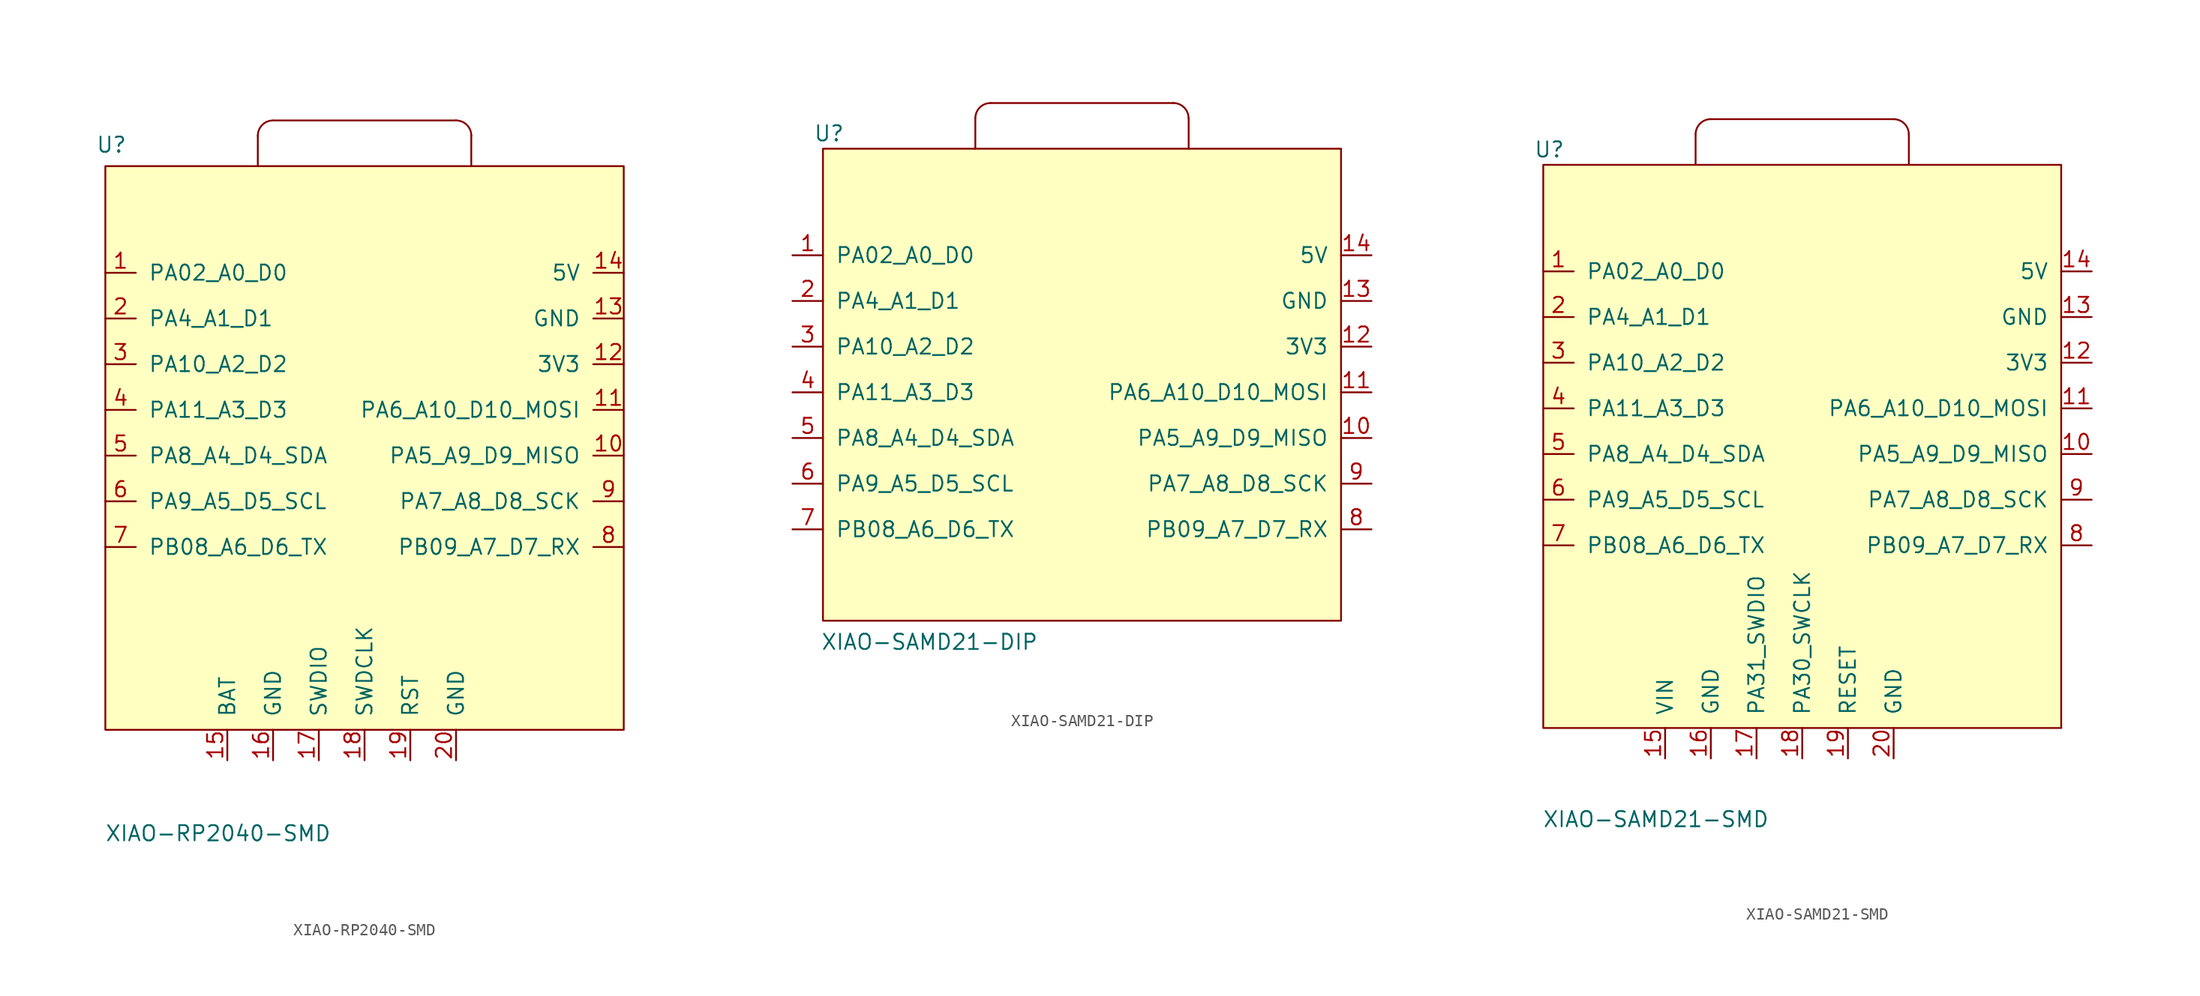
<source format=kicad_sym>
(kicad_symbol_lib
  (version 20231120)
  (generator "kicad_symbol_editor")
  (generator_version "8.0")
  (symbol "XIAO-RP2040-SMD"
    (pin_names
      (offset 1.016))
    (property "Reference" "U"
      (at -21.082 22.098 0)
      (effects (font (size 1.27 1.27))))
    (property "Value" "XIAO-RP2040-SMD"
      (at -12.192 -35.306 0)
      (effects (font (size 1.27 1.27))))
    (symbol "XIAO-RP2040-SMD_1_1"
      (rectangle (start -21.59 20.32) (end 21.59 -26.67) (stroke (width 0) (type default)) (fill (type background)))
      (arc (start -7.62 24.13) (mid -8.518 23.758) (end -8.89 22.86) (stroke (width 0) (type default)) (fill (type none)))
      (polyline (pts (xy -8.89 22.86) (xy -8.89 20.32)) (stroke (width 0) (type default)) (fill (type none)))
      (polyline (pts (xy -7.62 24.13) (xy 7.62 24.13)) (stroke (width 0) (type default)) (fill (type none)))
      (polyline (pts (xy 8.89 22.86) (xy 8.89 20.32)) (stroke (width 0) (type default)) (fill (type none)))
      (arc (start 7.62 24.13) (mid 7.62 24.13) (end 7.62 24.13) (stroke (width 0) (type default)) (fill (type none)))
      (arc (start 8.89 22.86) (mid 8.518 23.758) (end 7.62 24.13) (stroke (width 0) (type default)) (fill (type none)))
      (arc (start 8.89 22.86) (mid 8.89 22.86) (end 8.89 22.86) (stroke (width 0) (type default)) (fill (type none)))
      (pin passive line (at -21.59 11.43 0) (length 2.54) (name "PA02_A0_D0" (effects (font (size 1.27 1.27)))) (number "1" (effects (font (size 1.27 1.27)))))
      (pin passive line (at 21.59 -3.81 180) (length 2.54) (name "PA5_A9_D9_MISO" (effects (font (size 1.27 1.27)))) (number "10" (effects (font (size 1.27 1.27)))))
      (pin passive line (at 21.59 0 180) (length 2.54) (name "PA6_A10_D10_MOSI" (effects (font (size 1.27 1.27)))) (number "11" (effects (font (size 1.27 1.27)))))
      (pin passive line (at 21.59 3.81 180) (length 2.54) (name "3V3" (effects (font (size 1.27 1.27)))) (number "12" (effects (font (size 1.27 1.27)))))
      (pin passive line (at 21.59 7.62 180) (length 2.54) (name "GND" (effects (font (size 1.27 1.27)))) (number "13" (effects (font (size 1.27 1.27)))))
      (pin passive line (at 21.59 11.43 180) (length 2.54) (name "5V" (effects (font (size 1.27 1.27)))) (number "14" (effects (font (size 1.27 1.27)))))
      (pin passive line (at -11.43 -29.21 90) (length 2.54) (name "BAT" (effects (font (size 1.27 1.27)))) (number "15" (effects (font (size 1.27 1.27)))))
      (pin passive line (at -7.62 -29.21 90) (length 2.54) (name "GND" (effects (font (size 1.27 1.27)))) (number "16" (effects (font (size 1.27 1.27)))))
      (pin passive line (at -3.81 -29.21 90) (length 2.54) (name "SWDIO" (effects (font (size 1.27 1.27)))) (number "17" (effects (font (size 1.27 1.27)))))
      (pin passive line (at 0 -29.21 90) (length 2.54) (name "SWDCLK" (effects (font (size 1.27 1.27)))) (number "18" (effects (font (size 1.27 1.27)))))
      (pin passive line (at 3.81 -29.21 90) (length 2.54) (name "RST" (effects (font (size 1.27 1.27)))) (number "19" (effects (font (size 1.27 1.27)))))
      (pin passive line (at -21.59 7.62 0) (length 2.54) (name "PA4_A1_D1" (effects (font (size 1.27 1.27)))) (number "2" (effects (font (size 1.27 1.27)))))
      (pin passive line (at 7.62 -29.21 90) (length 2.54) (name "GND" (effects (font (size 1.27 1.27)))) (number "20" (effects (font (size 1.27 1.27)))))
      (pin passive line (at -21.59 3.81 0) (length 2.54) (name "PA10_A2_D2" (effects (font (size 1.27 1.27)))) (number "3" (effects (font (size 1.27 1.27)))))
      (pin passive line (at -21.59 0 0) (length 2.54) (name "PA11_A3_D3" (effects (font (size 1.27 1.27)))) (number "4" (effects (font (size 1.27 1.27)))))
      (pin passive line (at -21.59 -3.81 0) (length 2.54) (name "PA8_A4_D4_SDA" (effects (font (size 1.27 1.27)))) (number "5" (effects (font (size 1.27 1.27)))))
      (pin passive line (at -21.59 -7.62 0) (length 2.54) (name "PA9_A5_D5_SCL" (effects (font (size 1.27 1.27)))) (number "6" (effects (font (size 1.27 1.27)))))
      (pin passive line (at -21.59 -11.43 0) (length 2.54) (name "PB08_A6_D6_TX" (effects (font (size 1.27 1.27)))) (number "7" (effects (font (size 1.27 1.27)))))
      (pin passive line (at 21.59 -11.43 180) (length 2.54) (name "PB09_A7_D7_RX" (effects (font (size 1.27 1.27)))) (number "8" (effects (font (size 1.27 1.27)))))
      (pin passive line (at 21.59 -7.62 180) (length 2.54) (name "PA7_A8_D8_SCK" (effects (font (size 1.27 1.27)))) (number "9" (effects (font (size 1.27 1.27)))))))
  (symbol "XIAO-SAMD21-DIP"
    (pin_names
      (offset 1.016))
    (property "Reference" "U"
      (at -21.082 21.59 0)
      (effects (font (size 1.27 1.27))))
    (property "Value" "XIAO-SAMD21-DIP"
      (at -12.7 -20.828 0)
      (effects (font (size 1.27 1.27))))
    (symbol "XIAO-SAMD21-DIP_1_1"
      (rectangle (start -21.59 20.32) (end 21.59 -19.05) (stroke (width 0) (type default)) (fill (type background)))
      (arc (start -7.62 24.13) (mid -8.518 23.758) (end -8.89 22.86) (stroke (width 0) (type default)) (fill (type none)))
      (polyline (pts (xy -8.89 22.86) (xy -8.89 20.32)) (stroke (width 0) (type default)) (fill (type none)))
      (polyline (pts (xy -7.62 24.13) (xy 7.62 24.13)) (stroke (width 0) (type default)) (fill (type none)))
      (polyline (pts (xy 8.89 22.86) (xy 8.89 20.32)) (stroke (width 0) (type default)) (fill (type none)))
      (arc (start 7.62 24.13) (mid 7.62 24.13) (end 7.62 24.13) (stroke (width 0) (type default)) (fill (type none)))
      (arc (start 8.89 22.86) (mid 8.518 23.758) (end 7.62 24.13) (stroke (width 0) (type default)) (fill (type none)))
      (arc (start 8.89 22.86) (mid 8.89 22.86) (end 8.89 22.86) (stroke (width 0) (type default)) (fill (type none)))
      (pin passive line (at -24.13 11.43 0) (length 2.54) (name "PA02_A0_D0" (effects (font (size 1.27 1.27)))) (number "1" (effects (font (size 1.27 1.27)))))
      (pin passive line (at 24.13 -3.81 180) (length 2.54) (name "PA5_A9_D9_MISO" (effects (font (size 1.27 1.27)))) (number "10" (effects (font (size 1.27 1.27)))))
      (pin passive line (at 24.13 0 180) (length 2.54) (name "PA6_A10_D10_MOSI" (effects (font (size 1.27 1.27)))) (number "11" (effects (font (size 1.27 1.27)))))
      (pin passive line (at 24.13 3.81 180) (length 2.54) (name "3V3" (effects (font (size 1.27 1.27)))) (number "12" (effects (font (size 1.27 1.27)))))
      (pin passive line (at 24.13 7.62 180) (length 2.54) (name "GND" (effects (font (size 1.27 1.27)))) (number "13" (effects (font (size 1.27 1.27)))))
      (pin passive line (at 24.13 11.43 180) (length 2.54) (name "5V" (effects (font (size 1.27 1.27)))) (number "14" (effects (font (size 1.27 1.27)))))
      (pin passive line (at -24.13 7.62 0) (length 2.54) (name "PA4_A1_D1" (effects (font (size 1.27 1.27)))) (number "2" (effects (font (size 1.27 1.27)))))
      (pin passive line (at -24.13 3.81 0) (length 2.54) (name "PA10_A2_D2" (effects (font (size 1.27 1.27)))) (number "3" (effects (font (size 1.27 1.27)))))
      (pin passive line (at -24.13 0 0) (length 2.54) (name "PA11_A3_D3" (effects (font (size 1.27 1.27)))) (number "4" (effects (font (size 1.27 1.27)))))
      (pin passive line (at -24.13 -3.81 0) (length 2.54) (name "PA8_A4_D4_SDA" (effects (font (size 1.27 1.27)))) (number "5" (effects (font (size 1.27 1.27)))))
      (pin passive line (at -24.13 -7.62 0) (length 2.54) (name "PA9_A5_D5_SCL" (effects (font (size 1.27 1.27)))) (number "6" (effects (font (size 1.27 1.27)))))
      (pin passive line (at -24.13 -11.43 0) (length 2.54) (name "PB08_A6_D6_TX" (effects (font (size 1.27 1.27)))) (number "7" (effects (font (size 1.27 1.27)))))
      (pin passive line (at 24.13 -11.43 180) (length 2.54) (name "PB09_A7_D7_RX" (effects (font (size 1.27 1.27)))) (number "8" (effects (font (size 1.27 1.27)))))
      (pin passive line (at 24.13 -7.62 180) (length 2.54) (name "PA7_A8_D8_SCK" (effects (font (size 1.27 1.27)))) (number "9" (effects (font (size 1.27 1.27)))))))
  (symbol "XIAO-SAMD21-SMD"
    (pin_names
      (offset 1.016))
    (property "Reference" "U"
      (at -21.082 21.59 0)
      (effects (font (size 1.27 1.27))))
    (property "Value" "XIAO-SAMD21-SMD"
      (at -12.192 -34.29 0)
      (effects (font (size 1.27 1.27))))
    (symbol "XIAO-SAMD21-SMD_1_1"
      (rectangle (start -21.59 20.32) (end 21.59 -26.67) (stroke (width 0) (type default)) (fill (type background)))
      (arc (start -7.62 24.13) (mid -8.518 23.758) (end -8.89 22.86) (stroke (width 0) (type default)) (fill (type none)))
      (polyline (pts (xy -8.89 22.86) (xy -8.89 20.32)) (stroke (width 0) (type default)) (fill (type none)))
      (polyline (pts (xy -7.62 24.13) (xy 7.62 24.13)) (stroke (width 0) (type default)) (fill (type none)))
      (polyline (pts (xy 8.89 22.86) (xy 8.89 20.32)) (stroke (width 0) (type default)) (fill (type none)))
      (arc (start 7.62 24.13) (mid 7.62 24.13) (end 7.62 24.13) (stroke (width 0) (type default)) (fill (type none)))
      (arc (start 8.89 22.86) (mid 8.518 23.758) (end 7.62 24.13) (stroke (width 0) (type default)) (fill (type none)))
      (arc (start 8.89 22.86) (mid 8.89 22.86) (end 8.89 22.86) (stroke (width 0) (type default)) (fill (type none)))
      (pin passive line (at -21.59 11.43 0) (length 2.54) (name "PA02_A0_D0" (effects (font (size 1.27 1.27)))) (number "1" (effects (font (size 1.27 1.27)))))
      (pin passive line (at 24.13 -3.81 180) (length 2.54) (name "PA5_A9_D9_MISO" (effects (font (size 1.27 1.27)))) (number "10" (effects (font (size 1.27 1.27)))))
      (pin passive line (at 24.13 0 180) (length 2.54) (name "PA6_A10_D10_MOSI" (effects (font (size 1.27 1.27)))) (number "11" (effects (font (size 1.27 1.27)))))
      (pin passive line (at 24.13 3.81 180) (length 2.54) (name "3V3" (effects (font (size 1.27 1.27)))) (number "12" (effects (font (size 1.27 1.27)))))
      (pin passive line (at 24.13 7.62 180) (length 2.54) (name "GND" (effects (font (size 1.27 1.27)))) (number "13" (effects (font (size 1.27 1.27)))))
      (pin passive line (at 24.13 11.43 180) (length 2.54) (name "5V" (effects (font (size 1.27 1.27)))) (number "14" (effects (font (size 1.27 1.27)))))
      (pin passive line (at -11.43 -29.21 90) (length 2.54) (name "VIN" (effects (font (size 1.27 1.27)))) (number "15" (effects (font (size 1.27 1.27)))))
      (pin passive line (at -7.62 -29.21 90) (length 2.54) (name "GND" (effects (font (size 1.27 1.27)))) (number "16" (effects (font (size 1.27 1.27)))))
      (pin passive line (at -3.81 -29.21 90) (length 2.54) (name "PA31_SWDIO" (effects (font (size 1.27 1.27)))) (number "17" (effects (font (size 1.27 1.27)))))
      (pin passive line (at 0 -29.21 90) (length 2.54) (name "PA30_SWCLK" (effects (font (size 1.27 1.27)))) (number "18" (effects (font (size 1.27 1.27)))))
      (pin passive line (at 3.81 -29.21 90) (length 2.54) (name "RESET" (effects (font (size 1.27 1.27)))) (number "19" (effects (font (size 1.27 1.27)))))
      (pin passive line (at -21.59 7.62 0) (length 2.54) (name "PA4_A1_D1" (effects (font (size 1.27 1.27)))) (number "2" (effects (font (size 1.27 1.27)))))
      (pin passive line (at 7.62 -29.21 90) (length 2.54) (name "GND" (effects (font (size 1.27 1.27)))) (number "20" (effects (font (size 1.27 1.27)))))
      (pin passive line (at -21.59 3.81 0) (length 2.54) (name "PA10_A2_D2" (effects (font (size 1.27 1.27)))) (number "3" (effects (font (size 1.27 1.27)))))
      (pin passive line (at -21.59 0 0) (length 2.54) (name "PA11_A3_D3" (effects (font (size 1.27 1.27)))) (number "4" (effects (font (size 1.27 1.27)))))
      (pin passive line (at -21.59 -3.81 0) (length 2.54) (name "PA8_A4_D4_SDA" (effects (font (size 1.27 1.27)))) (number "5" (effects (font (size 1.27 1.27)))))
      (pin passive line (at -21.59 -7.62 0) (length 2.54) (name "PA9_A5_D5_SCL" (effects (font (size 1.27 1.27)))) (number "6" (effects (font (size 1.27 1.27)))))
      (pin passive line (at -21.59 -11.43 0) (length 2.54) (name "PB08_A6_D6_TX" (effects (font (size 1.27 1.27)))) (number "7" (effects (font (size 1.27 1.27)))))
      (pin passive line (at 24.13 -11.43 180) (length 2.54) (name "PB09_A7_D7_RX" (effects (font (size 1.27 1.27)))) (number "8" (effects (font (size 1.27 1.27)))))
      (pin passive line (at 24.13 -7.62 180) (length 2.54) (name "PA7_A8_D8_SCK" (effects (font (size 1.27 1.27)))) (number "9" (effects (font (size 1.27 1.27))))))))
</source>
